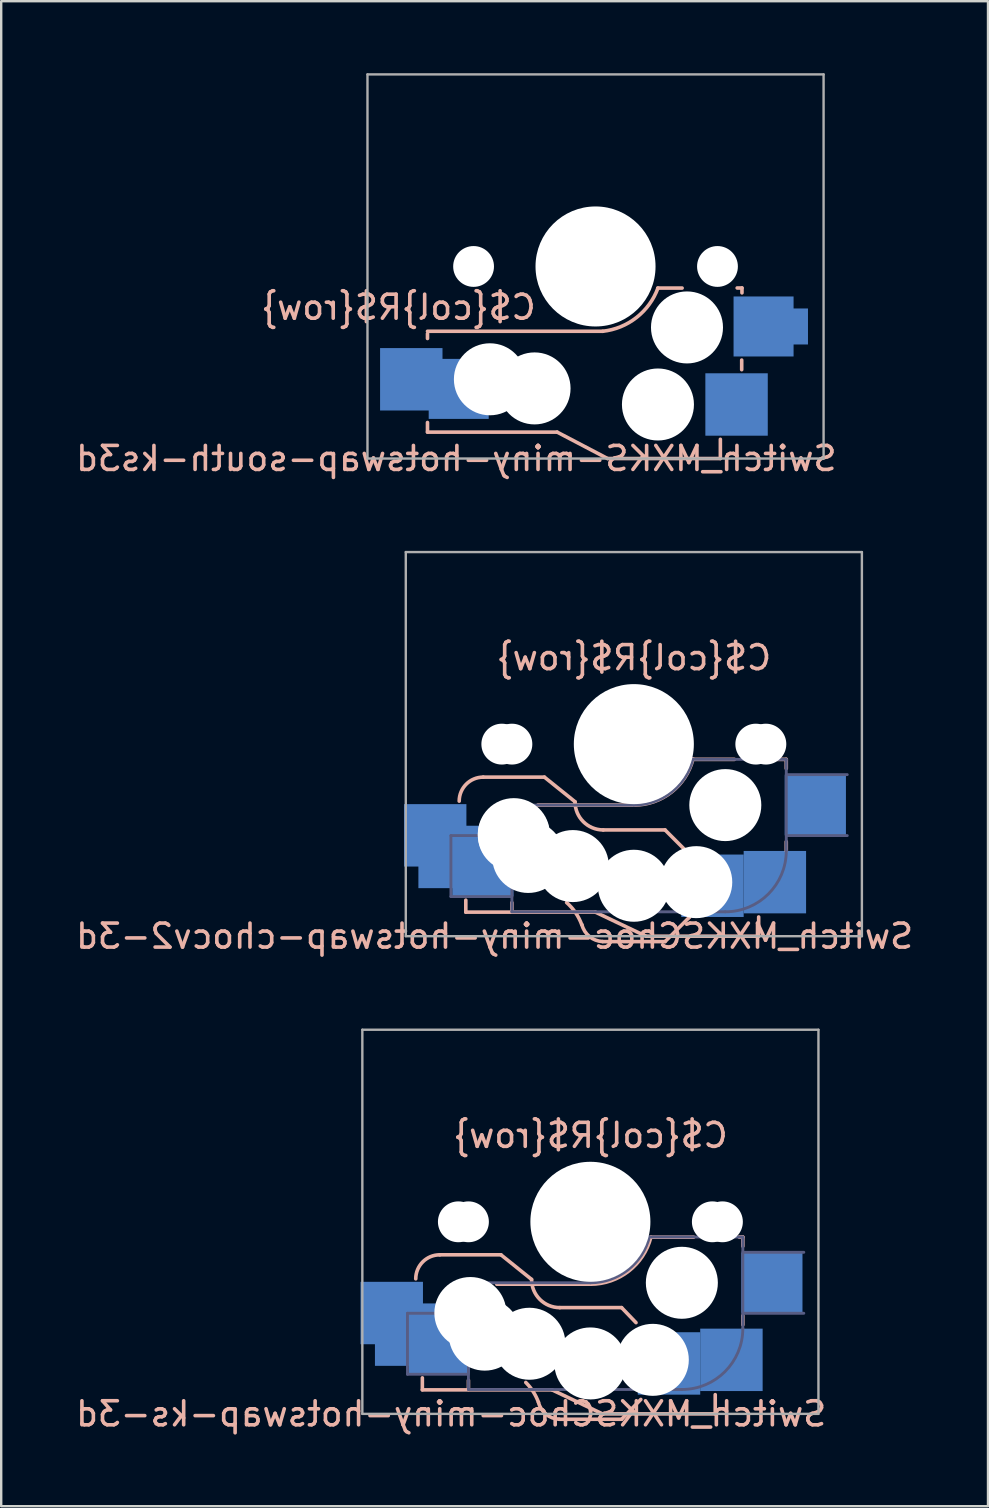
<source format=kicad_pcb>
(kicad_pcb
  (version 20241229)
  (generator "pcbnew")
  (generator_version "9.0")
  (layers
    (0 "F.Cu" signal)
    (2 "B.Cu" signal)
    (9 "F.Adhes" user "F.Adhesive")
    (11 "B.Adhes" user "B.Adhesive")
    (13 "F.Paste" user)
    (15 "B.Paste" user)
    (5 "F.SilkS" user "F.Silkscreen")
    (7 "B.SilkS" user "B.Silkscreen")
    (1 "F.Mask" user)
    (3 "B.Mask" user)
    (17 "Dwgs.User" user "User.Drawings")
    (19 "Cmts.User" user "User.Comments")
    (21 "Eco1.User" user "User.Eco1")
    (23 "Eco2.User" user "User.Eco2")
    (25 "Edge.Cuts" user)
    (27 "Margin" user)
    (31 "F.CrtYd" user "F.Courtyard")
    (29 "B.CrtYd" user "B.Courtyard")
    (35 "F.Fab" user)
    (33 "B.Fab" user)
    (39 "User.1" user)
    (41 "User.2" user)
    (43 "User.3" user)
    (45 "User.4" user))
  (footprint "Switch_MXKSChoc-miny-hotswap-ks-3d"
    (layer "F.Cu")
    (at 21.544 47.847)
    (property "Reference" "Switch_MXKSChoc-miny-hotswap-ks-3d" (at -5.8 8 180) (layer "B.SilkS") (effects (font (size 1 1) (thickness 0.15)) (justify mirror)))
    (attr through_hole)
    (fp_line (start -7 7) (end -7 6.5) (stroke (width 0.15) (type default)) (layer "B.SilkS"))
    (fp_line (start -5.08 6.985) (end -5.08 6.604) (stroke (width 0.15) (type solid)) (layer "B.SilkS"))
    (fp_line (start -3.9 2.6) (end 0 2.6) (stroke (width 0.15) (type solid)) (layer "B.SilkS"))
    (fp_line (start -3.725 1.375) (end -6.275 1.375) (stroke (width 0.15) (type solid)) (layer "B.SilkS"))
    (fp_line (start -3.725 1.375) (end -2.45 2.4) (stroke (width 0.15) (type solid)) (layer "B.SilkS"))
    (fp_line (start -1.6 7) (end -7 7) (stroke (width 0.15) (type default)) (layer "B.SilkS"))
    (fp_line (start 0.5 8) (end -1.6 7) (stroke (width 0.15) (type default)) (layer "B.SilkS"))
    (fp_line (start 0.5 8) (end 5.2 8) (stroke (width 0.15) (type default)) (layer "B.SilkS"))
    (fp_line (start 1.3 3.575) (end -1.275 3.575) (stroke (width 0.15) (type solid)) (layer "B.SilkS"))
    (fp_line (start 1.3 3.575) (end 1.9 4.2) (stroke (width 0.15) (type solid)) (layer "B.SilkS"))
    (fp_line (start 1.3 8.225) (end -1.3 8.225) (stroke (width 0.15) (type solid)) (layer "B.SilkS"))
    (fp_line (start 1.3 8.225) (end 2.1 7.4) (stroke (width 0.15) (type solid)) (layer "B.SilkS"))
    (fp_line (start 2.52 0.64) (end 4.3 0.64) (stroke (width 0.15) (type solid)) (layer "B.SilkS"))
    (fp_line (start 5.2 8) (end 5.2 7.2) (stroke (width 0.15) (type default)) (layer "B.SilkS"))
    (fp_line (start 6.2 0.635) (end 6.35 0.635) (stroke (width 0.15) (type solid)) (layer "B.SilkS"))
    (fp_line (start 6.35 1.016) (end 6.35 0.635) (stroke (width 0.15) (type solid)) (layer "B.SilkS"))
    (fp_line (start 6.35 4.29) (end 6.35 3.909) (stroke (width 0.15) (type solid)) (layer "B.SilkS"))
    (fp_arc (start -7.275 2.374999) (mid -6.982107 1.667892) (end -6.275 1.374999) (stroke (width 0.15) (type solid)) (layer "B.SilkS"))
    (fp_arc (start -2.691332 6.691332) (mid -2.381284 7.077643) (end -2.162199 7.521903) (stroke (width 0.15) (type solid)) (layer "B.SilkS"))
    (fp_arc (start -1.300995 8.22379) (mid -1.848285 8.016021) (end -2.162199 7.521903) (stroke (width 0.15) (type solid)) (layer "B.SilkS"))
    (fp_arc (start -1.275 3.574999) (mid -2.10585 3.230849) (end -2.45 2.399999) (stroke (width 0.15) (type solid)) (layer "B.SilkS"))
    (fp_arc (start 2.52 0.639999) (mid 1.596179 2.052218) (end 0.000013 2.599999) (stroke (width 0.15) (type solid)) (layer "B.SilkS"))
    (fp_line (start -7 -7) (end 7 -7) (stroke (width 0.15) (type solid)) (layer "Eco2.User"))
    (fp_line (start -7 7) (end -7 -7) (stroke (width 0.15) (type solid)) (layer "Eco2.User"))
    (fp_line (start 7 -7) (end 7 7) (stroke (width 0.15) (type solid)) (layer "Eco2.User"))
    (fp_line (start 7 7) (end -7 7) (stroke (width 0.15) (type solid)) (layer "Eco2.User"))
    (fp_line (start -7.62 3.81) (end -5.08 3.81) (stroke (width 0.12) (type solid)) (layer "B.Fab"))
    (fp_line (start -7.62 6.35) (end -7.62 3.81) (stroke (width 0.12) (type solid)) (layer "B.Fab"))
    (fp_line (start -5.08 2.54) (end 0 2.54) (stroke (width 0.12) (type solid)) (layer "B.Fab"))
    (fp_line (start -5.08 6.35) (end -7.62 6.35) (stroke (width 0.12) (type solid)) (layer "B.Fab"))
    (fp_line (start -5.08 6.985) (end -5.08 2.54) (stroke (width 0.12) (type solid)) (layer "B.Fab"))
    (fp_line (start 3.81 6.985) (end -5.08 6.985) (stroke (width 0.12) (type solid)) (layer "B.Fab"))
    (fp_line (start 6.35 0.635) (end 2.54 0.635) (stroke (width 0.12) (type solid)) (layer "B.Fab"))
    (fp_line (start 6.35 0.635) (end 6.35 4.445) (stroke (width 0.12) (type solid)) (layer "B.Fab"))
    (fp_line (start 6.35 1.27) (end 8.89 1.27) (stroke (width 0.12) (type solid)) (layer "B.Fab"))
    (fp_line (start 8.89 3.81) (end 6.35 3.81) (stroke (width 0.12) (type solid)) (layer "B.Fab"))
    (fp_arc (start 2.464162 0.616039) (mid 1.563147 2.002041) (end 0 2.539999) (stroke (width 0.12) (type solid)) (layer "B.Fab"))
    (fp_arc (start 6.35 4.444999) (mid 5.606051 6.24105) (end 3.81 6.984999) (stroke (width 0.12) (type solid)) (layer "B.Fab"))
    (fp_line (start -9.5 -8) (end 9.5 -8) (stroke (width 0.1) (type solid)) (layer "F.Fab"))
    (fp_line (start -9.5 8) (end -9.5 -8) (stroke (width 0.1) (type solid)) (layer "F.Fab"))
    (fp_line (start 9.5 -8) (end 9.5 8) (stroke (width 0.1) (type solid)) (layer "F.Fab"))
    (fp_line (start 9.5 8) (end -9.5 8) (stroke (width 0.1) (type solid)) (layer "F.Fab"))
    (fp_text user "C${col}R${row}" (at 0 -3.6 0) (layer "B.SilkS") (effects (font (size 1 1) (thickness 0.15)) (justify mirror)))
    (pad "" np_thru_hole circle (at -5.5 -0.000001) (size 1.702 1.702) (drill 1.702) (layers "*.Cu" "*.Mask"))
    (pad "" np_thru_hole circle (at -5.08 -0.000001 180) (size 1.702 1.702) (drill 1.702) (layers "*.Cu" "*.Mask"))
    (pad "" np_thru_hole circle (at -5 3.8) (size 3 3) (drill 3) (layers "*.Cu" "*.Mask"))
    (pad "" np_thru_hole circle (at -4.4 4.7) (size 3 3) (drill 3) (layers "*.Cu" "*.Mask"))
    (pad "" np_thru_hole circle (at -2.54 5.08 180) (size 3 3) (drill 3) (layers "*.Cu" "*.Mask"))
    (pad "" np_thru_hole circle (at 0 -0.000001 180) (size 5 5) (drill 5) (layers "*.Cu" "*.Mask"))
    (pad "" np_thru_hole circle (at 0 5.9) (size 3 3) (drill 3) (layers "*.Cu" "*.Mask"))
    (pad "" np_thru_hole circle (at 2.6 5.75) (size 3 3) (drill 3) (layers "*.Cu" "*.Mask"))
    (pad "" np_thru_hole circle (at 3.81 2.54 180) (size 3 3) (drill 3) (layers "*.Cu" "*.Mask"))
    (pad "" np_thru_hole circle (at 5.08 -0.000001 180) (size 1.702 1.702) (drill 1.702) (layers "*.Cu" "*.Mask"))
    (pad "" np_thru_hole circle (at 5.5 -0.000001) (size 1.702 1.702) (drill 1.702) (layers "*.Cu" "*.Mask"))
    (pad "1" smd rect (at 3.275 5.9) (size 2.6 2.6) (layers "B.Cu" "B.Mask" "B.Paste"))
    (pad "1" smd rect (at 5.875 5.75) (size 2.6 2.6) (layers "B.Cu" "B.Mask" "B.Paste"))
    (pad "1" smd rect (at 7.56 2.54 180) (size 2.55 2.5) (layers "B.Cu" "B.Mask" "B.Paste"))
    (pad "2" smd rect (at -8.275 3.8) (size 2.6 2.6) (layers "B.Cu" "B.Mask" "B.Paste"))
    (pad "2" smd rect (at -7.675 4.7) (size 2.6 2.6) (layers "B.Cu" "B.Mask" "B.Paste"))
    (pad "2" smd rect (at -6.29 5.08 180) (size 2.55 2.5) (layers "B.Cu" "B.Mask" "B.Paste")))
  (footprint "Switch_MXKSChoc-miny-hotswap-chocv2-3d"
    (layer "F.Cu")
    (at 23.354 27.948)
    (property "Reference" "Switch_MXKSChoc-miny-hotswap-chocv2-3d" (at -5.8 8 180) (layer "B.SilkS") (effects (font (size 1 1) (thickness 0.15)) (justify mirror)))
    (attr through_hole)
    (fp_line (start -7 7) (end -7 6.5) (stroke (width 0.15) (type default)) (layer "B.SilkS"))
    (fp_line (start -5.08 6.985) (end -5.08 6.604) (stroke (width 0.15) (type solid)) (layer "B.SilkS"))
    (fp_line (start -4 2.54) (end 0 2.54) (stroke (width 0.15) (type solid)) (layer "B.SilkS"))
    (fp_line (start -3.725 1.375) (end -6.275 1.375) (stroke (width 0.15) (type solid)) (layer "B.SilkS"))
    (fp_line (start -3.725 1.375) (end -2.45 2.4) (stroke (width 0.15) (type solid)) (layer "B.SilkS"))
    (fp_line (start -1.6 7) (end -7 7) (stroke (width 0.15) (type default)) (layer "B.SilkS"))
    (fp_line (start 0.5 8) (end -1.6 7) (stroke (width 0.15) (type default)) (layer "B.SilkS"))
    (fp_line (start 0.5 8) (end 5.2 8) (stroke (width 0.15) (type default)) (layer "B.SilkS"))
    (fp_line (start 1.3 3.575) (end -1.275 3.575) (stroke (width 0.15) (type solid)) (layer "B.SilkS"))
    (fp_line (start 1.3 3.575) (end 2.325 4.6) (stroke (width 0.15) (type solid)) (layer "B.SilkS"))
    (fp_line (start 1.3 8.225) (end -1.3 8.225) (stroke (width 0.15) (type solid)) (layer "B.SilkS"))
    (fp_line (start 1.3 8.225) (end 2.325 7.2) (stroke (width 0.15) (type solid)) (layer "B.SilkS"))
    (fp_line (start 2.3 4.575) (end 2.3 7.225) (stroke (width 0.15) (type solid)) (layer "B.SilkS"))
    (fp_line (start 2.464 0.635) (end 4.191 0.635) (stroke (width 0.15) (type solid)) (layer "B.SilkS"))
    (fp_line (start 5.2 8) (end 5.2 7.2) (stroke (width 0.15) (type default)) (layer "B.SilkS"))
    (fp_line (start 5.969 0.635) (end 6.35 0.635) (stroke (width 0.15) (type solid)) (layer "B.SilkS"))
    (fp_line (start 6.35 1.016) (end 6.35 0.635) (stroke (width 0.15) (type solid)) (layer "B.SilkS"))
    (fp_line (start 6.35 4.445) (end 6.35 4.064) (stroke (width 0.15) (type solid)) (layer "B.SilkS"))
    (fp_arc (start -7.275 2.375) (mid -6.982107 1.667893) (end -6.275 1.375) (stroke (width 0.15) (type solid)) (layer "B.SilkS"))
    (fp_arc (start -2.800001 6.600001) (mid -2.426843 7.022785) (end -2.16957 7.524586) (stroke (width 0.15) (type solid)) (layer "B.SilkS"))
    (fp_arc (start -1.300995 8.223791) (mid -1.848286 8.016021) (end -2.162199 7.521904) (stroke (width 0.15) (type solid)) (layer "B.SilkS"))
    (fp_arc (start -1.275 3.575) (mid -2.10585 3.23085) (end -2.45 2.4) (stroke (width 0.15) (type solid)) (layer "B.SilkS"))
    (fp_arc (start 2.464162 0.61604) (mid 1.563147 2.002042) (end 0 2.54) (stroke (width 0.15) (type solid)) (layer "B.SilkS"))
    (fp_line (start -7 -7) (end 7 -7) (stroke (width 0.15) (type solid)) (layer "Eco2.User"))
    (fp_line (start -7 7) (end -7 -7) (stroke (width 0.15) (type solid)) (layer "Eco2.User"))
    (fp_line (start 7 -7) (end 7 7) (stroke (width 0.15) (type solid)) (layer "Eco2.User"))
    (fp_line (start 7 7) (end -7 7) (stroke (width 0.15) (type solid)) (layer "Eco2.User"))
    (fp_line (start -7.62 3.81) (end -5.08 3.81) (stroke (width 0.12) (type solid)) (layer "B.Fab"))
    (fp_line (start -7.62 6.35) (end -7.62 3.81) (stroke (width 0.12) (type solid)) (layer "B.Fab"))
    (fp_line (start -5.08 2.54) (end 0 2.54) (stroke (width 0.12) (type solid)) (layer "B.Fab"))
    (fp_line (start -5.08 6.35) (end -7.62 6.35) (stroke (width 0.12) (type solid)) (layer "B.Fab"))
    (fp_line (start -5.08 6.985) (end -5.08 2.54) (stroke (width 0.12) (type solid)) (layer "B.Fab"))
    (fp_line (start 3.81 6.985) (end -5.08 6.985) (stroke (width 0.12) (type solid)) (layer "B.Fab"))
    (fp_line (start 6.35 0.635) (end 2.54 0.635) (stroke (width 0.12) (type solid)) (layer "B.Fab"))
    (fp_line (start 6.35 0.635) (end 6.35 4.445) (stroke (width 0.12) (type solid)) (layer "B.Fab"))
    (fp_line (start 6.35 1.27) (end 8.89 1.27) (stroke (width 0.12) (type solid)) (layer "B.Fab"))
    (fp_line (start 8.89 3.81) (end 6.35 3.81) (stroke (width 0.12) (type solid)) (layer "B.Fab"))
    (fp_arc (start 2.464162 0.61604) (mid 1.563147 2.002042) (end 0 2.54) (stroke (width 0.12) (type solid)) (layer "B.Fab"))
    (fp_arc (start 6.35 4.445) (mid 5.606051 6.241051) (end 3.81 6.985) (stroke (width 0.12) (type solid)) (layer "B.Fab"))
    (fp_line (start -9.5 -8) (end 9.5 -8) (stroke (width 0.1) (type solid)) (layer "F.Fab"))
    (fp_line (start -9.5 8) (end -9.5 -8) (stroke (width 0.1) (type solid)) (layer "F.Fab"))
    (fp_line (start 9.5 -8) (end 9.5 8) (stroke (width 0.1) (type solid)) (layer "F.Fab"))
    (fp_line (start 9.5 8) (end -9.5 8) (stroke (width 0.1) (type solid)) (layer "F.Fab"))
    (fp_text user "C${col}R${row}" (at 0 -3.6 0) (layer "B.SilkS") (effects (font (size 1 1) (thickness 0.15)) (justify mirror)))
    (pad "" np_thru_hole circle (at -5.5 0) (size 1.702 1.702) (drill 1.702) (layers "*.Cu" "*.Mask"))
    (pad "" np_thru_hole circle (at -5.08 0 180) (size 1.702 1.702) (drill 1.702) (layers "*.Cu" "*.Mask"))
    (pad "" np_thru_hole circle (at -5 3.75) (size 3 3) (drill 3) (layers "*.Cu" "*.Mask"))
    (pad "" np_thru_hole circle (at -5 3.8) (size 3 3) (drill 3) (layers "*.Cu" "*.Mask"))
    (pad "" np_thru_hole circle (at -4.4 4.7) (size 3 3) (drill 3) (layers "*.Cu" "*.Mask"))
    (pad "" np_thru_hole circle (at -2.54 5.08 180) (size 3 3) (drill 3) (layers "*.Cu" "*.Mask"))
    (pad "" np_thru_hole circle (at 0 0 180) (size 5 5) (drill 5) (layers "*.Cu" "*.Mask"))
    (pad "" np_thru_hole circle (at 0 5.9) (size 3 3) (drill 3) (layers "*.Cu" "*.Mask"))
    (pad "" np_thru_hole circle (at 2.6 5.75) (size 3 3) (drill 3) (layers "*.Cu" "*.Mask"))
    (pad "" np_thru_hole circle (at 3.81 2.54 180) (size 3 3) (drill 3) (layers "*.Cu" "*.Mask"))
    (pad "" np_thru_hole circle (at 5.08 0 180) (size 1.702 1.702) (drill 1.702) (layers "*.Cu" "*.Mask"))
    (pad "" np_thru_hole circle (at 5.5 0) (size 1.702 1.702) (drill 1.702) (layers "*.Cu" "*.Mask"))
    (pad "1" smd rect (at 3.275 5.9) (size 2.6 2.6) (layers "B.Cu" "B.Mask" "B.Paste"))
    (pad "1" smd rect (at 5.875 5.75) (size 2.6 2.6) (layers "B.Cu" "B.Mask" "B.Paste"))
    (pad "1" smd rect (at 7.56 2.54 180) (size 2.55 2.5) (layers "B.Cu" "B.Mask" "B.Paste"))
    (pad "2" smd rect (at -8.275 3.8) (size 2.6 2.6) (layers "B.Cu" "B.Mask" "B.Paste"))
    (pad "2" smd rect (at -7.675 4.7) (size 2.6 2.6) (layers "B.Cu" "B.Mask" "B.Paste"))
    (pad "2" smd rect (at -6.29 5.08 180) (size 2.55 2.5) (layers "B.Cu" "B.Mask" "B.Paste")))
  (footprint "Switch_MXKS-miny-hotswap-south-ks3d"
    (layer "F.Cu")
    (at 21.758 8.05)
    (property "Reference" "Switch_MXKS-miny-hotswap-south-ks3d" (at -5.8 8 180) (layer "B.SilkS") (effects (font (size 1 1) (thickness 0.15)) (justify mirror)))
    (attr through_hole)
    (fp_line (start -7 2.7) (end 0.3 2.7) (stroke (width 0.15) (type default)) (layer "B.SilkS"))
    (fp_line (start -7 3) (end -7 2.8) (stroke (width 0.15) (type default)) (layer "B.SilkS"))
    (fp_line (start -7 6.9) (end -7 6.5) (stroke (width 0.15) (type default)) (layer "B.SilkS"))
    (fp_line (start -1.6 6.9) (end -7 6.9) (stroke (width 0.15) (type default)) (layer "B.SilkS"))
    (fp_line (start 0.5 8) (end -1.6 6.9) (stroke (width 0.15) (type default)) (layer "B.SilkS"))
    (fp_line (start 0.5 8) (end 5.2 8) (stroke (width 0.15) (type default)) (layer "B.SilkS"))
    (fp_line (start 2.592 0.9) (end 3.607 0.9) (stroke (width 0.15) (type solid)) (layer "B.SilkS"))
    (fp_line (start 5.2 8) (end 5.2 7.2) (stroke (width 0.15) (type default)) (layer "B.SilkS"))
    (fp_line (start 6.089 4.3) (end 6.089 3.9) (stroke (width 0.15) (type solid)) (layer "B.SilkS"))
    (fp_line (start 6.1 0.896) (end 5.9 0.896) (stroke (width 0.15) (type solid)) (layer "B.SilkS"))
    (fp_line (start 6.1 0.896) (end 6.1 1.1) (stroke (width 0.15) (type solid)) (layer "B.SilkS"))
    (fp_arc (start 2.6 0.9) (mid 1.706227 2.1274) (end 0.3 2.7) (stroke (width 0.15) (type solid)) (layer "B.SilkS"))
    (fp_line (start -7 -7) (end 7 -7) (stroke (width 0.15) (type solid)) (layer "Eco2.User"))
    (fp_line (start -7 7) (end -7 -7) (stroke (width 0.15) (type solid)) (layer "Eco2.User"))
    (fp_line (start -3.2 -6.3) (end -3.2 -3.1) (stroke (width 0.12) (type solid)) (layer "Eco2.User"))
    (fp_line (start 1.8 -6.3) (end -3.2 -6.3) (stroke (width 0.12) (type solid)) (layer "Eco2.User"))
    (fp_line (start 1.8 -6.3) (end 1.8 -3.1) (stroke (width 0.12) (type solid)) (layer "Eco2.User"))
    (fp_line (start 1.8 -3.1) (end -3.2 -3.1) (stroke (width 0.12) (type solid)) (layer "Eco2.User"))
    (fp_line (start 7 -7) (end 7 7) (stroke (width 0.15) (type solid)) (layer "Eco2.User"))
    (fp_line (start 7 7) (end -7 7) (stroke (width 0.15) (type solid)) (layer "Eco2.User"))
    (fp_line (start -9.5 -8) (end 9.5 -8) (stroke (width 0.1) (type solid)) (layer "F.Fab"))
    (fp_line (start -9.5 8) (end -9.5 -8) (stroke (width 0.1) (type solid)) (layer "F.Fab"))
    (fp_line (start 9.5 -8) (end 9.5 8) (stroke (width 0.1) (type solid)) (layer "F.Fab"))
    (fp_line (start 9.5 8) (end -9.5 8) (stroke (width 0.1) (type solid)) (layer "F.Fab"))
    (fp_text user "C${col}R${row}" (at -2.4 1.7 0) (layer "B.SilkS") (effects (font (size 1 1) (thickness 0.15)) (justify left mirror)))
    (pad "" np_thru_hole circle (at -5.08 0 180) (size 1.7 1.7) (drill 1.7) (layers "*.Cu" "*.Mask"))
    (pad "" np_thru_hole circle (at -4.4 4.7) (size 3 3) (drill 3) (layers "*.Cu" "*.Mask"))
    (pad "" np_thru_hole circle (at -2.54 5.08) (size 3 3) (drill 3) (layers "*.Cu" "*.Mask"))
    (pad "" np_thru_hole circle (at 0 0) (size 5 5) (drill 5) (layers "*.Cu" "*.Mask"))
    (pad "" np_thru_hole circle (at 2.6 5.75) (size 3 3) (drill 3) (layers "*.Cu" "*.Mask"))
    (pad "" np_thru_hole circle (at 3.81 2.54) (size 3 3) (drill 3) (layers "*.Cu" "*.Mask"))
    (pad "" np_thru_hole circle (at 5.08 0 180) (size 1.7 1.7) (drill 1.7) (layers "*.Cu" "*.Mask"))
    (pad "1" smd rect (at 5.875 5.75) (size 2.6 2.6) (layers "B.Cu" "B.Mask" "B.Paste"))
    (pad "1" smd custom (at 7 2.5 180) (size 2.5 2.5) (layers "B.Cu" "B.Mask" "B.Paste") (options (anchor rect)) (primitives (gr_poly (pts (xy -1.85 -0.75) (xy -1.25 -0.75) (xy -1.25 0.75) (xy -1.85 0.75)) (width 0) (fill yes))))
    (pad "2" smd rect (at -7.675 4.7) (size 2.6 2.6) (layers "B.Cu" "B.Mask" "B.Paste"))
    (pad "2" smd custom (at -5.7 5.1) (size 2.5 2.5) (layers "B.Cu" "B.Mask" "B.Paste") (options (anchor rect)) (primitives (gr_poly (pts (xy -1.85 -0.75) (xy -1.25 -0.75) (xy -1.25 0.75) (xy -1.85 0.75)) (width 0) (fill yes)))))
  (gr_rect
    (start -3 -3)
    (end 38.107 59.695)
    (stroke (width 0.1) (type default))
    (fill no)
    (layer "Edge.Cuts")))
</source>
